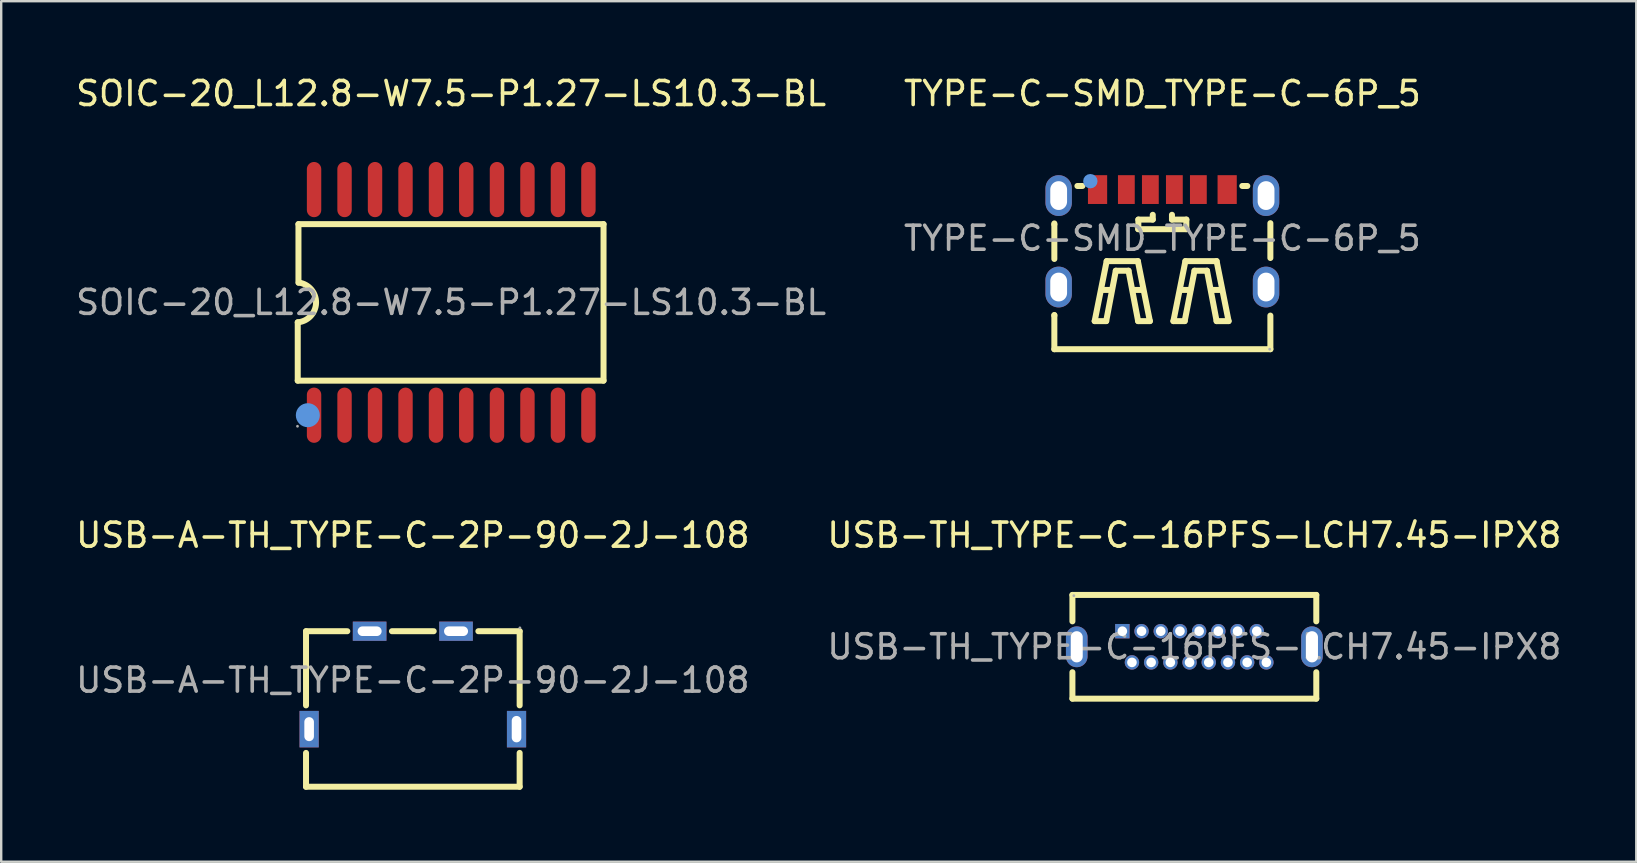
<source format=kicad_pcb>
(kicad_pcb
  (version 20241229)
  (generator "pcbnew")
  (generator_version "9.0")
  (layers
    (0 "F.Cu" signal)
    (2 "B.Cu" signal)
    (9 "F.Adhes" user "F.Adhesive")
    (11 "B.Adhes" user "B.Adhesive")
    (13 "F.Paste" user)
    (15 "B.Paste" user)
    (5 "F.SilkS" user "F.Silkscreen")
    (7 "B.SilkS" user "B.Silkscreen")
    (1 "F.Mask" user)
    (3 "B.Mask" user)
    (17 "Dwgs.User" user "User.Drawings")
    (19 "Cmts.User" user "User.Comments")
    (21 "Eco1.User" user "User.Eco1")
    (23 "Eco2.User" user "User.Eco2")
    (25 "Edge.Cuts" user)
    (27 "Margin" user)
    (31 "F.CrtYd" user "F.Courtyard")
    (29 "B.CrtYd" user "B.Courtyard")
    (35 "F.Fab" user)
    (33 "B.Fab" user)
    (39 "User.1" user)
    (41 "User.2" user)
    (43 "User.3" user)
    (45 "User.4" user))
  (footprint "SOIC-20_L12.8-W7.5-P1.27-LS10.3-BL"
    (layer "F.Cu")
    (at 15.744 9.548)
    (property "Reference" "SOIC-20_L12.8-W7.5-P1.27-LS10.3-BL" (at 0 -8.7 0) (layer "F.SilkS") (effects (font (size 1 1) (thickness 0.15))))
    (attr smd)
    (fp_line (start -6.39 0.83) (end -6.39 3.26) (stroke (width 0.25) (type solid)) (layer "F.SilkS"))
    (fp_line (start -6.39 3.26) (end 6.35 3.26) (stroke (width 0.25) (type solid)) (layer "F.SilkS"))
    (fp_line (start -6.36 -3.26) (end 6.35 -3.26) (stroke (width 0.25) (type solid)) (layer "F.SilkS"))
    (fp_line (start -6.36 -0.82) (end -6.36 -3.26) (stroke (width 0.25) (type solid)) (layer "F.SilkS"))
    (fp_line (start 6.35 -3.26) (end 6.35 3.26) (stroke (width 0.25) (type solid)) (layer "F.SilkS"))
    (fp_arc (start -6.349993 -0.82565) (mid -5.627297 0.020121) (end -6.39 0.83) (stroke (width 0.25) (type solid)) (layer "F.SilkS"))
    (fp_circle (center -5.97 4.7) (end -5.72 4.7) (stroke (width 0.5) (type solid)) (fill no) (layer "Cmts.User"))
    (fp_circle (center -6.4 5.16) (end -6.37 5.16) (stroke (width 0.06) (type solid)) (fill no) (layer "F.Fab"))
    (fp_text user "${REFERENCE}" (at 0 0 0) (layer "F.Fab") (effects (font (size 1 1) (thickness 0.15))))
    (pad "1" smd oval (at -5.71 4.7 180) (size 0.6 2.3) (layers "F.Cu" "F.Mask" "F.Paste"))
    (pad "2" smd oval (at -4.44 4.7 180) (size 0.6 2.3) (layers "F.Cu" "F.Mask" "F.Paste"))
    (pad "3" smd oval (at -3.17 4.7 180) (size 0.6 2.3) (layers "F.Cu" "F.Mask" "F.Paste"))
    (pad "4" smd oval (at -1.9 4.7 180) (size 0.6 2.3) (layers "F.Cu" "F.Mask" "F.Paste"))
    (pad "5" smd oval (at -0.63 4.7 180) (size 0.6 2.3) (layers "F.Cu" "F.Mask" "F.Paste"))
    (pad "6" smd oval (at 0.63 4.7 180) (size 0.6 2.3) (layers "F.Cu" "F.Mask" "F.Paste"))
    (pad "7" smd oval (at 1.91 4.7 180) (size 0.6 2.3) (layers "F.Cu" "F.Mask" "F.Paste"))
    (pad "8" smd oval (at 3.18 4.7 180) (size 0.6 2.3) (layers "F.Cu" "F.Mask" "F.Paste"))
    (pad "9" smd oval (at 4.45 4.7 180) (size 0.6 2.3) (layers "F.Cu" "F.Mask" "F.Paste"))
    (pad "10" smd oval (at 5.72 4.7 180) (size 0.6 2.3) (layers "F.Cu" "F.Mask" "F.Paste"))
    (pad "11" smd oval (at 5.72 -4.7 180) (size 0.6 2.3) (layers "F.Cu" "F.Mask" "F.Paste"))
    (pad "12" smd oval (at 4.45 -4.7 180) (size 0.6 2.3) (layers "F.Cu" "F.Mask" "F.Paste"))
    (pad "13" smd oval (at 3.18 -4.7 180) (size 0.6 2.3) (layers "F.Cu" "F.Mask" "F.Paste"))
    (pad "14" smd oval (at 1.91 -4.7 180) (size 0.6 2.3) (layers "F.Cu" "F.Mask" "F.Paste"))
    (pad "15" smd oval (at 0.63 -4.7 180) (size 0.6 2.3) (layers "F.Cu" "F.Mask" "F.Paste"))
    (pad "16" smd oval (at -0.63 -4.7 180) (size 0.6 2.3) (layers "F.Cu" "F.Mask" "F.Paste"))
    (pad "17" smd oval (at -1.9 -4.7 180) (size 0.6 2.3) (layers "F.Cu" "F.Mask" "F.Paste"))
    (pad "18" smd oval (at -3.17 -4.7 180) (size 0.6 2.3) (layers "F.Cu" "F.Mask" "F.Paste"))
    (pad "19" smd oval (at -4.44 -4.7 180) (size 0.6 2.3) (layers "F.Cu" "F.Mask" "F.Paste"))
    (pad "20" smd oval (at -5.71 -4.7 180) (size 0.6 2.3) (layers "F.Cu" "F.Mask" "F.Paste")))
  (footprint "USB-TH_TYPE-C-16PFS-LCH7.45-IPX8"
    (layer "F.Cu")
    (at 46.708 23.896)
    (property "Reference" "USB-TH_TYPE-C-16PFS-LCH7.45-IPX8" (at 0 -4.65 0) (layer "F.SilkS") (effects (font (size 1 1) (thickness 0.15))))
    (attr through_hole)
    (fp_line (start -5.08 -2.16) (end -5.08 -1.06) (stroke (width 0.25) (type solid)) (layer "F.SilkS"))
    (fp_line (start -5.08 1.06) (end -5.08 2.16) (stroke (width 0.25) (type solid)) (layer "F.SilkS"))
    (fp_line (start -5.08 2.16) (end 5.08 2.16) (stroke (width 0.25) (type solid)) (layer "F.SilkS"))
    (fp_line (start 5.08 -2.16) (end -5.08 -2.16) (stroke (width 0.25) (type solid)) (layer "F.SilkS"))
    (fp_line (start 5.08 -1.06) (end 5.08 -2.16) (stroke (width 0.25) (type solid)) (layer "F.SilkS"))
    (fp_line (start 5.08 2.16) (end 5.08 1.06) (stroke (width 0.25) (type solid)) (layer "F.SilkS"))
    (fp_circle (center -5.02 -2.13) (end -4.99 -2.13) (stroke (width 0.06) (type solid)) (fill no) (layer "F.Fab"))
    (fp_text user "${REFERENCE}" (at 0 0 0) (layer "F.Fab") (effects (font (size 1 1) (thickness 0.15))))
    (pad "13" thru_hole oval (at -4.9 0) (size 0.9 1.7) (drill oval 0.5 1.3) (layers "*.Cu" "*.Mask"))
    (pad "14" thru_hole oval (at 4.9 0) (size 0.9 1.7) (drill oval 0.5 1.3) (layers "*.Cu" "*.Mask"))
    (pad "A1" thru_hole rect (at -3 -0.65) (size 0.6 0.6) (drill 0.4) (layers "*.Cu" "*.Mask"))
    (pad "A4" thru_hole circle (at -2.2 -0.65) (size 0.6 0.6) (drill 0.4) (layers "*.Cu" "*.Mask"))
    (pad "A5" thru_hole circle (at -1.4 -0.65) (size 0.6 0.6) (drill 0.4) (layers "*.Cu" "*.Mask"))
    (pad "A6" thru_hole circle (at -0.6 -0.65) (size 0.6 0.6) (drill 0.4) (layers "*.Cu" "*.Mask"))
    (pad "A7" thru_hole circle (at 0.2 -0.65) (size 0.6 0.6) (drill 0.4) (layers "*.Cu" "*.Mask"))
    (pad "A8" thru_hole circle (at 1 -0.65) (size 0.6 0.6) (drill 0.4) (layers "*.Cu" "*.Mask"))
    (pad "A9" thru_hole circle (at 1.8 -0.65) (size 0.6 0.6) (drill 0.4) (layers "*.Cu" "*.Mask"))
    (pad "A12" thru_hole circle (at 2.6 -0.65) (size 0.6 0.6) (drill 0.4) (layers "*.Cu" "*.Mask"))
    (pad "B1" thru_hole circle (at 3 0.65) (size 0.6 0.6) (drill 0.4) (layers "*.Cu" "*.Mask"))
    (pad "B4" thru_hole circle (at 2.2 0.65) (size 0.6 0.6) (drill 0.4) (layers "*.Cu" "*.Mask"))
    (pad "B5" thru_hole circle (at 1.4 0.65) (size 0.6 0.6) (drill 0.4) (layers "*.Cu" "*.Mask"))
    (pad "B6" thru_hole circle (at 0.6 0.65) (size 0.6 0.6) (drill 0.4) (layers "*.Cu" "*.Mask"))
    (pad "B7" thru_hole circle (at -0.2 0.65) (size 0.6 0.6) (drill 0.4) (layers "*.Cu" "*.Mask"))
    (pad "B8" thru_hole circle (at -1 0.65) (size 0.6 0.6) (drill 0.4) (layers "*.Cu" "*.Mask"))
    (pad "B9" thru_hole circle (at -1.8 0.65) (size 0.6 0.6) (drill 0.4) (layers "*.Cu" "*.Mask"))
    (pad "B12" thru_hole circle (at -2.6 0.65) (size 0.6 0.6) (drill 0.4) (layers "*.Cu" "*.Mask")))
  (footprint "USB-A-TH_TYPE-C-2P-90-2J-108"
    (layer "F.Cu")
    (at 14.149 25.287)
    (property "Reference" "USB-A-TH_TYPE-C-2P-90-2J-108" (at 0 -6.04 0) (layer "F.SilkS") (effects (font (size 1 1) (thickness 0.15))))
    (attr through_hole)
    (fp_line (start -4.45 -2.04) (end -4.45 1.05) (stroke (width 0.25) (type solid)) (layer "F.SilkS"))
    (fp_line (start -4.45 3.03) (end -4.45 4.44) (stroke (width 0.25) (type solid)) (layer "F.SilkS"))
    (fp_line (start -4.45 4.44) (end 4.45 4.44) (stroke (width 0.25) (type solid)) (layer "F.SilkS"))
    (fp_line (start -2.73 -2.04) (end -4.45 -2.04) (stroke (width 0.25) (type solid)) (layer "F.SilkS"))
    (fp_line (start 0.87 -2.04) (end -0.87 -2.04) (stroke (width 0.25) (type solid)) (layer "F.SilkS"))
    (fp_line (start 4.45 -2.04) (end 2.73 -2.04) (stroke (width 0.25) (type solid)) (layer "F.SilkS"))
    (fp_line (start 4.45 -2.04) (end 4.45 1.05) (stroke (width 0.25) (type solid)) (layer "F.SilkS"))
    (fp_line (start 4.45 3.03) (end 4.45 4.44) (stroke (width 0.25) (type solid)) (layer "F.SilkS"))
    (fp_circle (center 4.46 -2.18) (end 4.49 -2.18) (stroke (width 0.06) (type solid)) (fill no) (layer "F.Fab"))
    (fp_text user "${REFERENCE}" (at 0 0 0) (layer "F.Fab") (effects (font (size 1 1) (thickness 0.15))))
    (pad "2" thru_hole rect (at 1.8 -2.04 90) (size 0.8 1.4) (drill oval 0.4 1) (layers "*.Cu" "*.Mask"))
    (pad "3" thru_hole rect (at -1.8 -2.04 90) (size 0.8 1.4) (drill oval 0.4 1) (layers "*.Cu" "*.Mask"))
    (pad "4" thru_hole rect (at 4.32 2.04) (size 0.8 1.52) (drill oval 0.4 1.1) (layers "*.Cu" "*.Mask"))
    (pad "5" thru_hole rect (at -4.32 2.04) (size 0.8 1.52) (drill oval 0.4 1) (layers "*.Cu" "*.Mask")))
  (footprint "TYPE-C-SMD_TYPE-C-6P_5"
    (layer "F.Cu")
    (at 45.375 6.878)
    (property "Reference" "TYPE-C-SMD_TYPE-C-6P_5" (at 0 -6.03 0) (layer "F.SilkS") (effects (font (size 1 1) (thickness 0.15))))
    (attr smd)
    (fp_line (start -4.5 -0.58) (end -4.5 -0.62) (stroke (width 0.25) (type solid)) (layer "F.SilkS"))
    (fp_line (start -4.5 -0.58) (end -4.5 0.86) (stroke (width 0.25) (type solid)) (layer "F.SilkS"))
    (fp_line (start -4.5 3.2) (end -4.5 4.62) (stroke (width 0.25) (type solid)) (layer "F.SilkS"))
    (fp_line (start -4.5 3.22) (end -4.5 3.2) (stroke (width 0.25) (type solid)) (layer "F.SilkS"))
    (fp_line (start -4.5 4.62) (end 4.5 4.62) (stroke (width 0.25) (type solid)) (layer "F.SilkS"))
    (fp_line (start -3.54 -2.18) (end -3.33 -2.18) (stroke (width 0.25) (type solid)) (layer "F.SilkS"))
    (fp_line (start -2.82 3.45) (end -2.32 0.95) (stroke (width 0.25) (type solid)) (layer "F.SilkS"))
    (fp_line (start -2.52 2.15) (end -2.12 2.15) (stroke (width 0.25) (type solid)) (layer "F.SilkS"))
    (fp_line (start -2.34 3.45) (end -2.82 3.45) (stroke (width 0.25) (type solid)) (layer "F.SilkS"))
    (fp_line (start -2.32 0.95) (end -1.02 0.95) (stroke (width 0.25) (type solid)) (layer "F.SilkS"))
    (fp_line (start -1.94 1.35) (end -2.34 3.45) (stroke (width 0.25) (type solid)) (layer "F.SilkS"))
    (fp_line (start -1.41 1.35) (end -1.94 1.35) (stroke (width 0.25) (type solid)) (layer "F.SilkS"))
    (fp_line (start -1.22 2.15) (end -0.82 2.15) (stroke (width 0.25) (type solid)) (layer "F.SilkS"))
    (fp_line (start -1.02 0.95) (end -0.52 3.45) (stroke (width 0.25) (type solid)) (layer "F.SilkS"))
    (fp_line (start -1.01 -0.38) (end 1.01 -0.38) (stroke (width 0.25) (type solid)) (layer "F.SilkS"))
    (fp_line (start -1.01 3.45) (end -1.41 1.35) (stroke (width 0.25) (type solid)) (layer "F.SilkS"))
    (fp_line (start -1 -0.78) (end -0.4 -0.78) (stroke (width 0.25) (type solid)) (layer "F.SilkS"))
    (fp_line (start -1 -0.38) (end -1 -0.78) (stroke (width 0.25) (type solid)) (layer "F.SilkS"))
    (fp_line (start -0.52 3.45) (end -1.01 3.45) (stroke (width 0.25) (type solid)) (layer "F.SilkS"))
    (fp_line (start -0.4 -0.78) (end -0.4 -0.98) (stroke (width 0.25) (type solid)) (layer "F.SilkS"))
    (fp_line (start 0.4 -0.78) (end 0.4 -0.98) (stroke (width 0.25) (type solid)) (layer "F.SilkS"))
    (fp_line (start 0.46 3.45) (end 0.96 0.95) (stroke (width 0.25) (type solid)) (layer "F.SilkS"))
    (fp_line (start 0.76 2.15) (end 1.16 2.15) (stroke (width 0.25) (type solid)) (layer "F.SilkS"))
    (fp_line (start 0.93 3.45) (end 0.46 3.45) (stroke (width 0.25) (type solid)) (layer "F.SilkS"))
    (fp_line (start 0.96 0.95) (end 2.26 0.95) (stroke (width 0.25) (type solid)) (layer "F.SilkS"))
    (fp_line (start 1 -0.78) (end 0.4 -0.78) (stroke (width 0.25) (type solid)) (layer "F.SilkS"))
    (fp_line (start 1 -0.38) (end 1 -0.78) (stroke (width 0.25) (type solid)) (layer "F.SilkS"))
    (fp_line (start 1.34 1.35) (end 0.93 3.45) (stroke (width 0.25) (type solid)) (layer "F.SilkS"))
    (fp_line (start 1.86 1.35) (end 1.34 1.35) (stroke (width 0.25) (type solid)) (layer "F.SilkS"))
    (fp_line (start 2.06 2.15) (end 2.46 2.15) (stroke (width 0.25) (type solid)) (layer "F.SilkS"))
    (fp_line (start 2.26 0.95) (end 2.76 3.45) (stroke (width 0.25) (type solid)) (layer "F.SilkS"))
    (fp_line (start 2.26 3.45) (end 1.86 1.35) (stroke (width 0.25) (type solid)) (layer "F.SilkS"))
    (fp_line (start 2.76 3.45) (end 2.26 3.45) (stroke (width 0.25) (type solid)) (layer "F.SilkS"))
    (fp_line (start 3.33 -2.18) (end 3.54 -2.18) (stroke (width 0.25) (type solid)) (layer "F.SilkS"))
    (fp_line (start 4.5 0.82) (end 4.5 -0.63) (stroke (width 0.25) (type solid)) (layer "F.SilkS"))
    (fp_line (start 4.5 4.62) (end 4.5 3.22) (stroke (width 0.25) (type solid)) (layer "F.SilkS"))
    (fp_circle (center -3 -2.38) (end -2.85 -2.38) (stroke (width 0.3) (type solid)) (fill no) (layer "Cmts.User"))
    (fp_circle (center 4.47 4.62) (end 4.5 4.62) (stroke (width 0.06) (type solid)) (fill no) (layer "F.Fab"))
    (fp_text user "${REFERENCE}" (at 0 0 0) (layer "F.Fab") (effects (font (size 1 1) (thickness 0.15))))
    (pad "7" thru_hole oval (at -4.32 -1.78) (size 1.1 1.7) (drill oval 0.7 1.2) (layers "*.Cu" "*.Mask"))
    (pad "7" thru_hole oval (at -4.32 2.03) (size 1.1 1.7) (drill oval 0.7 1.2) (layers "*.Cu" "*.Mask"))
    (pad "7" thru_hole oval (at 4.32 -1.78) (size 1.1 1.7) (drill oval 0.7 1.2) (layers "*.Cu" "*.Mask"))
    (pad "7" thru_hole oval (at 4.32 2.03) (size 1.1 1.7) (drill oval 0.7 1.2) (layers "*.Cu" "*.Mask"))
    (pad "A5" smd rect (at -0.5 -2.03) (size 0.7 1.2) (layers "F.Cu" "F.Mask" "F.Paste"))
    (pad "A9" smd rect (at 1.5 -2.03) (size 0.7 1.2) (layers "F.Cu" "F.Mask" "F.Paste"))
    (pad "A12" smd rect (at 2.7 -2.03) (size 0.8 1.2) (layers "F.Cu" "F.Mask" "F.Paste"))
    (pad "B5" smd rect (at 0.5 -2.03) (size 0.7 1.2) (layers "F.Cu" "F.Mask" "F.Paste"))
    (pad "B9" smd rect (at -1.5 -2.03) (size 0.7 1.2) (layers "F.Cu" "F.Mask" "F.Paste"))
    (pad "B12" smd rect (at -2.7 -2.03) (size 0.8 1.2) (layers "F.Cu" "F.Mask" "F.Paste")))
  (gr_rect
    (start -3 -3)
    (end 65.119 32.852)
    (stroke (width 0.1) (type default))
    (fill no)
    (layer "Edge.Cuts")))
</source>
